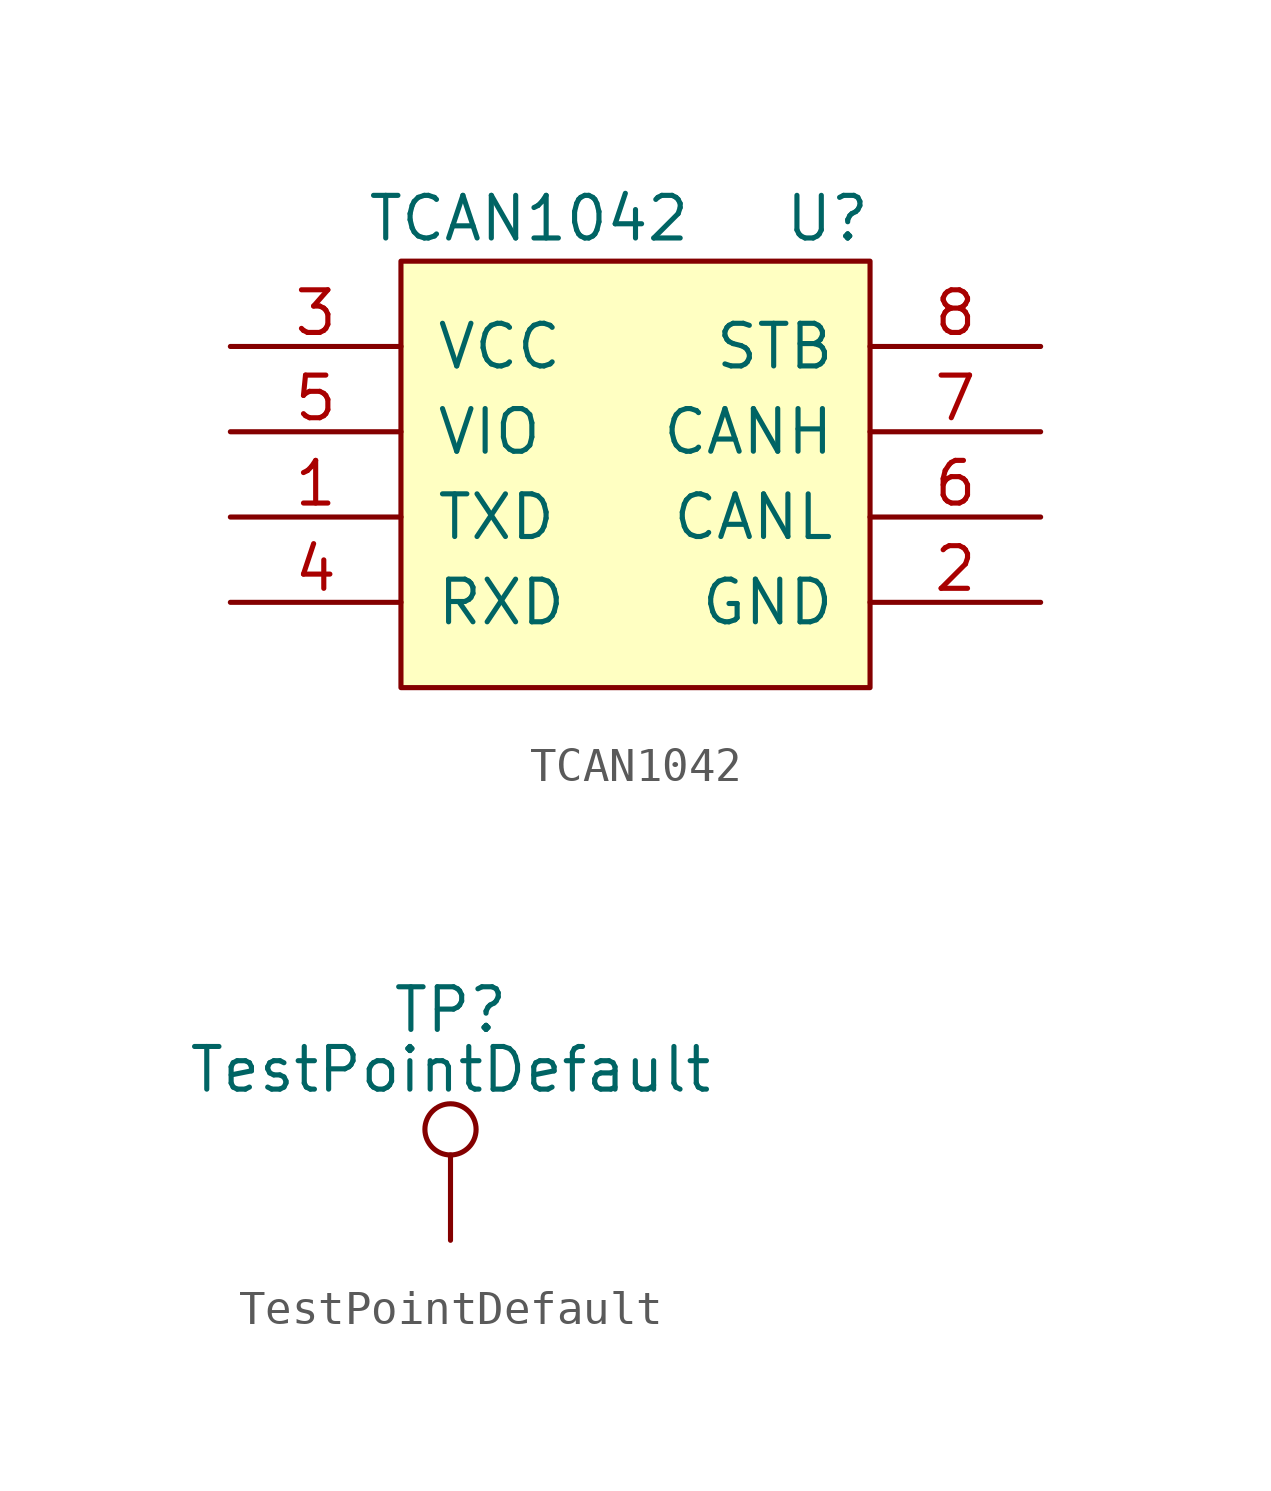
<source format=kicad_sym>
(kicad_symbol_lib
  (version 20211014)
  (generator kicad_symbol_editor)
  (symbol "TCAN1042"
    (pin_names
      (offset 1.016))
    (property "Reference" "U"
      (at 5.08 3.81 0)
      (effects (font (size 1.27 1.27))))
    (property "Value" "TCAN1042"
      (at -3.81 3.81 0)
      (effects (font (size 1.27 1.27))))
    (symbol "TCAN1042_0_1"
      (rectangle (start -7.62 2.54) (end 6.35 -10.16) (stroke (width 0) (type default) (color 0 0 0 0)) (fill (type background))))
    (symbol "TCAN1042_1_1"
      (pin bidirectional line (at -12.7 -5.08 0) (length 5.08) (name "TXD" (effects (font (size 1.27 1.27)))) (number "1" (effects (font (size 1.27 1.27)))))
      (pin power_in line (at 11.43 -7.62 180) (length 5.08) (name "GND" (effects (font (size 1.27 1.27)))) (number "2" (effects (font (size 1.27 1.27)))))
      (pin power_in line (at -12.7 0 0) (length 5.08) (name "VCC" (effects (font (size 1.27 1.27)))) (number "3" (effects (font (size 1.27 1.27)))))
      (pin bidirectional line (at -12.7 -7.62 0) (length 5.08) (name "RXD" (effects (font (size 1.27 1.27)))) (number "4" (effects (font (size 1.27 1.27)))))
      (pin bidirectional line (at -12.7 -2.54 0) (length 5.08) (name "VIO" (effects (font (size 1.27 1.27)))) (number "5" (effects (font (size 1.27 1.27)))))
      (pin bidirectional line (at 11.43 -5.08 180) (length 5.08) (name "CANL" (effects (font (size 1.27 1.27)))) (number "6" (effects (font (size 1.27 1.27)))))
      (pin bidirectional line (at 11.43 -2.54 180) (length 5.08) (name "CANH" (effects (font (size 1.27 1.27)))) (number "7" (effects (font (size 1.27 1.27)))))
      (pin bidirectional line (at 11.43 0 180) (length 5.08) (name "STB" (effects (font (size 1.27 1.27)))) (number "8" (effects (font (size 1.27 1.27)))))))
  (symbol "TestPointDefault"
    (pin_numbers hide)
    (pin_names
      (offset 0.762) hide)
    (property "Reference" "TP"
      (at 0 6.858 0)
      (effects (font (size 1.27 1.27))))
    (property "Value" "TestPointDefault"
      (at 0 5.08 0)
      (effects (font (size 1.27 1.27))))
    (symbol "TestPointDefault_0_1"
      (circle (center 0 3.302) (radius 0.762) (stroke (width 0) (type default) (color 0 0 0 0)) (fill (type none))))
    (symbol "TestPointDefault_1_1"
      (pin passive line (at 0 0 90) (length 2.54) (name "1" (effects (font (size 1.27 1.27)))) (number "1" (effects (font (size 1.27 1.27))))))))
</source>
